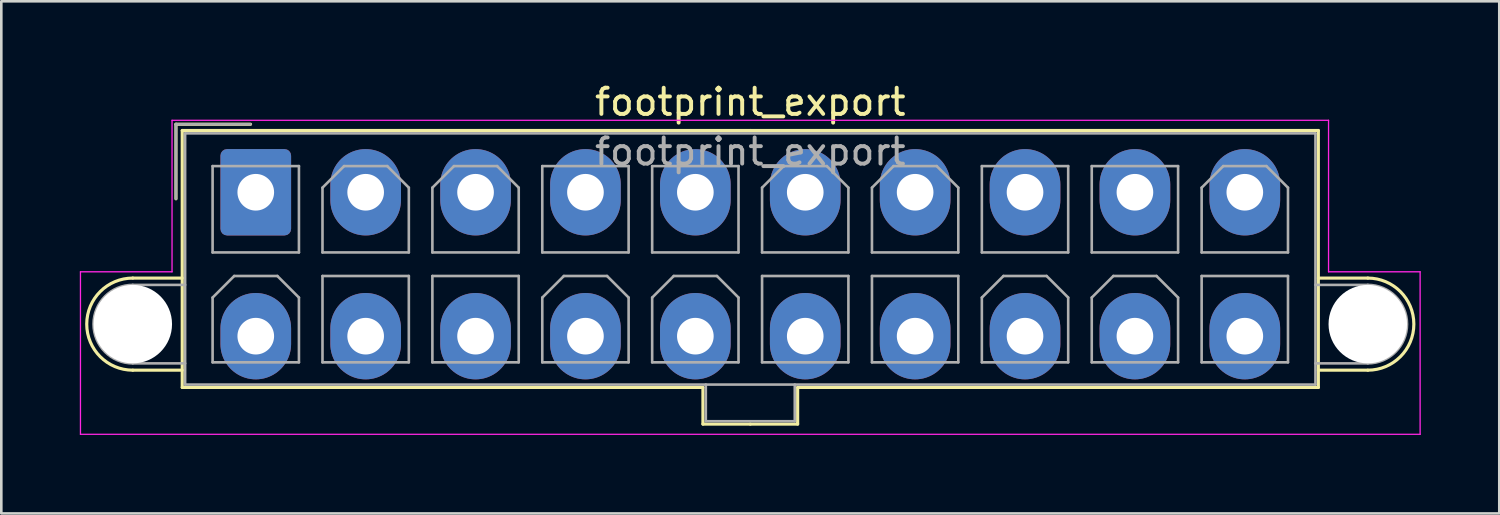
<source format=kicad_pcb>
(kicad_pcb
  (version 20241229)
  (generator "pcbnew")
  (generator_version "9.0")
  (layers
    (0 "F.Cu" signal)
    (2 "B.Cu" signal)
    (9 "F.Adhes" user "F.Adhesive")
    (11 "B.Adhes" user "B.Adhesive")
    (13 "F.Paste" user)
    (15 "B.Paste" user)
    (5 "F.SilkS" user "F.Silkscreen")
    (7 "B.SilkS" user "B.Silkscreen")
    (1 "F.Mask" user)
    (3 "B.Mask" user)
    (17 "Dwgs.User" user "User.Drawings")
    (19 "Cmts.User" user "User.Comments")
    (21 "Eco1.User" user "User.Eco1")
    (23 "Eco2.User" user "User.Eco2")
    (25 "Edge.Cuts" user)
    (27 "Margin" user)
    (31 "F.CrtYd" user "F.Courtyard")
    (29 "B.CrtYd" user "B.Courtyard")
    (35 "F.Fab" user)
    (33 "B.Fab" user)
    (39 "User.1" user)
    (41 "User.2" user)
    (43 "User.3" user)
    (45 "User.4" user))
  (footprint "footprint_export"
    (layer "F.Cu")
    (at 6.725 4.298)
    (property "Reference" "footprint_export" (at 18.9 -3.45 0) (layer "F.SilkS") (effects (font (size 1 1) (thickness 0.15))))
    (attr through_hole)
    (fp_line (start -4.7 3.28) (end -2.81 3.28) (stroke (width 0.12) (type solid)) (layer "F.SilkS"))
    (fp_line (start -4.7 6.8) (end -2.81 6.8) (stroke (width 0.12) (type solid)) (layer "F.SilkS"))
    (fp_line (start -3.05 -2.6) (end -3.05 0.25) (stroke (width 0.12) (type solid)) (layer "F.SilkS"))
    (fp_line (start -2.81 -2.36) (end -2.81 7.46) (stroke (width 0.12) (type solid)) (layer "F.SilkS"))
    (fp_line (start -2.81 7.46) (end 17.09 7.46) (stroke (width 0.12) (type solid)) (layer "F.SilkS"))
    (fp_line (start -0.2 -2.6) (end -3.05 -2.6) (stroke (width 0.12) (type solid)) (layer "F.SilkS"))
    (fp_line (start 17.09 7.46) (end 17.09 8.86) (stroke (width 0.12) (type solid)) (layer "F.SilkS"))
    (fp_line (start 17.09 8.86) (end 18.9 8.86) (stroke (width 0.12) (type solid)) (layer "F.SilkS"))
    (fp_line (start 18.9 -2.36) (end -2.81 -2.36) (stroke (width 0.12) (type solid)) (layer "F.SilkS"))
    (fp_line (start 18.9 -2.36) (end 40.61 -2.36) (stroke (width 0.12) (type solid)) (layer "F.SilkS"))
    (fp_line (start 20.71 7.46) (end 20.71 8.86) (stroke (width 0.12) (type solid)) (layer "F.SilkS"))
    (fp_line (start 20.71 8.86) (end 18.9 8.86) (stroke (width 0.12) (type solid)) (layer "F.SilkS"))
    (fp_line (start 40.61 -2.36) (end 40.61 7.46) (stroke (width 0.12) (type solid)) (layer "F.SilkS"))
    (fp_line (start 40.61 7.46) (end 20.71 7.46) (stroke (width 0.12) (type solid)) (layer "F.SilkS"))
    (fp_line (start 42.5 3.28) (end 40.61 3.28) (stroke (width 0.12) (type solid)) (layer "F.SilkS"))
    (fp_line (start 42.5 6.8) (end 40.61 6.8) (stroke (width 0.12) (type solid)) (layer "F.SilkS"))
    (fp_arc (start -4.7 6.8) (mid -6.46 5.04) (end -4.7 3.28) (stroke (width 0.12) (type solid)) (layer "F.SilkS"))
    (fp_arc (start 42.5 3.28) (mid 44.26 5.04) (end 42.5 6.8) (stroke (width 0.12) (type solid)) (layer "F.SilkS"))
    (fp_line (start -6.7 3.04) (end -6.7 9.25) (stroke (width 0.05) (type solid)) (layer "F.CrtYd"))
    (fp_line (start -6.7 9.25) (end 44.5 9.25) (stroke (width 0.05) (type solid)) (layer "F.CrtYd"))
    (fp_line (start -3.2 -2.75) (end -3.2 3.04) (stroke (width 0.05) (type solid)) (layer "F.CrtYd"))
    (fp_line (start -3.2 3.04) (end -6.7 3.04) (stroke (width 0.05) (type solid)) (layer "F.CrtYd"))
    (fp_line (start 41 -2.75) (end -3.2 -2.75) (stroke (width 0.05) (type solid)) (layer "F.CrtYd"))
    (fp_line (start 41 3.04) (end 41 -2.75) (stroke (width 0.05) (type solid)) (layer "F.CrtYd"))
    (fp_line (start 44.5 3.04) (end 41 3.04) (stroke (width 0.05) (type solid)) (layer "F.CrtYd"))
    (fp_line (start 44.5 9.25) (end 44.5 3.04) (stroke (width 0.05) (type solid)) (layer "F.CrtYd"))
    (fp_line (start -4.7 3.54) (end -2.7 3.54) (stroke (width 0.1) (type solid)) (layer "F.Fab"))
    (fp_line (start -4.7 6.54) (end -2.7 6.54) (stroke (width 0.1) (type solid)) (layer "F.Fab"))
    (fp_line (start -3.05 -2.6) (end -3.05 0.25) (stroke (width 0.1) (type solid)) (layer "F.Fab"))
    (fp_line (start -2.7 -2.25) (end -2.7 7.35) (stroke (width 0.1) (type solid)) (layer "F.Fab"))
    (fp_line (start -2.7 7.35) (end 40.5 7.35) (stroke (width 0.1) (type solid)) (layer "F.Fab"))
    (fp_line (start -1.65 -1) (end -1.65 2.3) (stroke (width 0.1) (type solid)) (layer "F.Fab"))
    (fp_line (start -1.65 2.3) (end 1.65 2.3) (stroke (width 0.1) (type solid)) (layer "F.Fab"))
    (fp_line (start -1.65 4.025) (end -0.825 3.2) (stroke (width 0.1) (type solid)) (layer "F.Fab"))
    (fp_line (start -1.65 6.5) (end -1.65 4.025) (stroke (width 0.1) (type solid)) (layer "F.Fab"))
    (fp_line (start -0.825 3.2) (end 0.825 3.2) (stroke (width 0.1) (type solid)) (layer "F.Fab"))
    (fp_line (start -0.2 -2.6) (end -3.05 -2.6) (stroke (width 0.1) (type solid)) (layer "F.Fab"))
    (fp_line (start 0.825 3.2) (end 1.65 4.025) (stroke (width 0.1) (type solid)) (layer "F.Fab"))
    (fp_line (start 1.65 -1) (end -1.65 -1) (stroke (width 0.1) (type solid)) (layer "F.Fab"))
    (fp_line (start 1.65 2.3) (end 1.65 -1) (stroke (width 0.1) (type solid)) (layer "F.Fab"))
    (fp_line (start 1.65 4.025) (end 1.65 6.5) (stroke (width 0.1) (type solid)) (layer "F.Fab"))
    (fp_line (start 1.65 6.5) (end -1.65 6.5) (stroke (width 0.1) (type solid)) (layer "F.Fab"))
    (fp_line (start 2.55 -0.175) (end 3.375 -1) (stroke (width 0.1) (type solid)) (layer "F.Fab"))
    (fp_line (start 2.55 2.3) (end 2.55 -0.175) (stroke (width 0.1) (type solid)) (layer "F.Fab"))
    (fp_line (start 2.55 3.2) (end 2.55 6.5) (stroke (width 0.1) (type solid)) (layer "F.Fab"))
    (fp_line (start 2.55 6.5) (end 5.85 6.5) (stroke (width 0.1) (type solid)) (layer "F.Fab"))
    (fp_line (start 3.375 -1) (end 5.025 -1) (stroke (width 0.1) (type solid)) (layer "F.Fab"))
    (fp_line (start 5.025 -1) (end 5.85 -0.175) (stroke (width 0.1) (type solid)) (layer "F.Fab"))
    (fp_line (start 5.85 -0.175) (end 5.85 2.3) (stroke (width 0.1) (type solid)) (layer "F.Fab"))
    (fp_line (start 5.85 2.3) (end 2.55 2.3) (stroke (width 0.1) (type solid)) (layer "F.Fab"))
    (fp_line (start 5.85 3.2) (end 2.55 3.2) (stroke (width 0.1) (type solid)) (layer "F.Fab"))
    (fp_line (start 5.85 6.5) (end 5.85 3.2) (stroke (width 0.1) (type solid)) (layer "F.Fab"))
    (fp_line (start 6.75 -0.175) (end 7.575 -1) (stroke (width 0.1) (type solid)) (layer "F.Fab"))
    (fp_line (start 6.75 2.3) (end 6.75 -0.175) (stroke (width 0.1) (type solid)) (layer "F.Fab"))
    (fp_line (start 6.75 3.2) (end 6.75 6.5) (stroke (width 0.1) (type solid)) (layer "F.Fab"))
    (fp_line (start 6.75 6.5) (end 10.05 6.5) (stroke (width 0.1) (type solid)) (layer "F.Fab"))
    (fp_line (start 7.575 -1) (end 9.225 -1) (stroke (width 0.1) (type solid)) (layer "F.Fab"))
    (fp_line (start 9.225 -1) (end 10.05 -0.175) (stroke (width 0.1) (type solid)) (layer "F.Fab"))
    (fp_line (start 10.05 -0.175) (end 10.05 2.3) (stroke (width 0.1) (type solid)) (layer "F.Fab"))
    (fp_line (start 10.05 2.3) (end 6.75 2.3) (stroke (width 0.1) (type solid)) (layer "F.Fab"))
    (fp_line (start 10.05 3.2) (end 6.75 3.2) (stroke (width 0.1) (type solid)) (layer "F.Fab"))
    (fp_line (start 10.05 6.5) (end 10.05 3.2) (stroke (width 0.1) (type solid)) (layer "F.Fab"))
    (fp_line (start 10.95 -1) (end 10.95 2.3) (stroke (width 0.1) (type solid)) (layer "F.Fab"))
    (fp_line (start 10.95 2.3) (end 14.25 2.3) (stroke (width 0.1) (type solid)) (layer "F.Fab"))
    (fp_line (start 10.95 4.025) (end 11.775 3.2) (stroke (width 0.1) (type solid)) (layer "F.Fab"))
    (fp_line (start 10.95 6.5) (end 10.95 4.025) (stroke (width 0.1) (type solid)) (layer "F.Fab"))
    (fp_line (start 11.775 3.2) (end 13.425 3.2) (stroke (width 0.1) (type solid)) (layer "F.Fab"))
    (fp_line (start 13.425 3.2) (end 14.25 4.025) (stroke (width 0.1) (type solid)) (layer "F.Fab"))
    (fp_line (start 14.25 -1) (end 10.95 -1) (stroke (width 0.1) (type solid)) (layer "F.Fab"))
    (fp_line (start 14.25 2.3) (end 14.25 -1) (stroke (width 0.1) (type solid)) (layer "F.Fab"))
    (fp_line (start 14.25 4.025) (end 14.25 6.5) (stroke (width 0.1) (type solid)) (layer "F.Fab"))
    (fp_line (start 14.25 6.5) (end 10.95 6.5) (stroke (width 0.1) (type solid)) (layer "F.Fab"))
    (fp_line (start 15.15 -1) (end 15.15 2.3) (stroke (width 0.1) (type solid)) (layer "F.Fab"))
    (fp_line (start 15.15 2.3) (end 18.45 2.3) (stroke (width 0.1) (type solid)) (layer "F.Fab"))
    (fp_line (start 15.15 4.025) (end 15.975 3.2) (stroke (width 0.1) (type solid)) (layer "F.Fab"))
    (fp_line (start 15.15 6.5) (end 15.15 4.025) (stroke (width 0.1) (type solid)) (layer "F.Fab"))
    (fp_line (start 15.975 3.2) (end 17.625 3.2) (stroke (width 0.1) (type solid)) (layer "F.Fab"))
    (fp_line (start 17.2 7.35) (end 17.2 8.75) (stroke (width 0.1) (type solid)) (layer "F.Fab"))
    (fp_line (start 17.2 8.75) (end 20.6 8.75) (stroke (width 0.1) (type solid)) (layer "F.Fab"))
    (fp_line (start 17.625 3.2) (end 18.45 4.025) (stroke (width 0.1) (type solid)) (layer "F.Fab"))
    (fp_line (start 18.45 -1) (end 15.15 -1) (stroke (width 0.1) (type solid)) (layer "F.Fab"))
    (fp_line (start 18.45 2.3) (end 18.45 -1) (stroke (width 0.1) (type solid)) (layer "F.Fab"))
    (fp_line (start 18.45 4.025) (end 18.45 6.5) (stroke (width 0.1) (type solid)) (layer "F.Fab"))
    (fp_line (start 18.45 6.5) (end 15.15 6.5) (stroke (width 0.1) (type solid)) (layer "F.Fab"))
    (fp_line (start 19.35 -0.175) (end 20.175 -1) (stroke (width 0.1) (type solid)) (layer "F.Fab"))
    (fp_line (start 19.35 2.3) (end 19.35 -0.175) (stroke (width 0.1) (type solid)) (layer "F.Fab"))
    (fp_line (start 19.35 3.2) (end 19.35 6.5) (stroke (width 0.1) (type solid)) (layer "F.Fab"))
    (fp_line (start 19.35 6.5) (end 22.65 6.5) (stroke (width 0.1) (type solid)) (layer "F.Fab"))
    (fp_line (start 20.175 -1) (end 21.825 -1) (stroke (width 0.1) (type solid)) (layer "F.Fab"))
    (fp_line (start 20.6 8.75) (end 20.6 7.35) (stroke (width 0.1) (type solid)) (layer "F.Fab"))
    (fp_line (start 21.825 -1) (end 22.65 -0.175) (stroke (width 0.1) (type solid)) (layer "F.Fab"))
    (fp_line (start 22.65 -0.175) (end 22.65 2.3) (stroke (width 0.1) (type solid)) (layer "F.Fab"))
    (fp_line (start 22.65 2.3) (end 19.35 2.3) (stroke (width 0.1) (type solid)) (layer "F.Fab"))
    (fp_line (start 22.65 3.2) (end 19.35 3.2) (stroke (width 0.1) (type solid)) (layer "F.Fab"))
    (fp_line (start 22.65 6.5) (end 22.65 3.2) (stroke (width 0.1) (type solid)) (layer "F.Fab"))
    (fp_line (start 23.55 -0.175) (end 24.375 -1) (stroke (width 0.1) (type solid)) (layer "F.Fab"))
    (fp_line (start 23.55 2.3) (end 23.55 -0.175) (stroke (width 0.1) (type solid)) (layer "F.Fab"))
    (fp_line (start 23.55 3.2) (end 23.55 6.5) (stroke (width 0.1) (type solid)) (layer "F.Fab"))
    (fp_line (start 23.55 6.5) (end 26.85 6.5) (stroke (width 0.1) (type solid)) (layer "F.Fab"))
    (fp_line (start 24.375 -1) (end 26.025 -1) (stroke (width 0.1) (type solid)) (layer "F.Fab"))
    (fp_line (start 26.025 -1) (end 26.85 -0.175) (stroke (width 0.1) (type solid)) (layer "F.Fab"))
    (fp_line (start 26.85 -0.175) (end 26.85 2.3) (stroke (width 0.1) (type solid)) (layer "F.Fab"))
    (fp_line (start 26.85 2.3) (end 23.55 2.3) (stroke (width 0.1) (type solid)) (layer "F.Fab"))
    (fp_line (start 26.85 3.2) (end 23.55 3.2) (stroke (width 0.1) (type solid)) (layer "F.Fab"))
    (fp_line (start 26.85 6.5) (end 26.85 3.2) (stroke (width 0.1) (type solid)) (layer "F.Fab"))
    (fp_line (start 27.75 -1) (end 27.75 2.3) (stroke (width 0.1) (type solid)) (layer "F.Fab"))
    (fp_line (start 27.75 2.3) (end 31.05 2.3) (stroke (width 0.1) (type solid)) (layer "F.Fab"))
    (fp_line (start 27.75 4.025) (end 28.575 3.2) (stroke (width 0.1) (type solid)) (layer "F.Fab"))
    (fp_line (start 27.75 6.5) (end 27.75 4.025) (stroke (width 0.1) (type solid)) (layer "F.Fab"))
    (fp_line (start 28.575 3.2) (end 30.225 3.2) (stroke (width 0.1) (type solid)) (layer "F.Fab"))
    (fp_line (start 30.225 3.2) (end 31.05 4.025) (stroke (width 0.1) (type solid)) (layer "F.Fab"))
    (fp_line (start 31.05 -1) (end 27.75 -1) (stroke (width 0.1) (type solid)) (layer "F.Fab"))
    (fp_line (start 31.05 2.3) (end 31.05 -1) (stroke (width 0.1) (type solid)) (layer "F.Fab"))
    (fp_line (start 31.05 4.025) (end 31.05 6.5) (stroke (width 0.1) (type solid)) (layer "F.Fab"))
    (fp_line (start 31.05 6.5) (end 27.75 6.5) (stroke (width 0.1) (type solid)) (layer "F.Fab"))
    (fp_line (start 31.95 -1) (end 31.95 2.3) (stroke (width 0.1) (type solid)) (layer "F.Fab"))
    (fp_line (start 31.95 2.3) (end 35.25 2.3) (stroke (width 0.1) (type solid)) (layer "F.Fab"))
    (fp_line (start 31.95 4.025) (end 32.775 3.2) (stroke (width 0.1) (type solid)) (layer "F.Fab"))
    (fp_line (start 31.95 6.5) (end 31.95 4.025) (stroke (width 0.1) (type solid)) (layer "F.Fab"))
    (fp_line (start 32.775 3.2) (end 34.425 3.2) (stroke (width 0.1) (type solid)) (layer "F.Fab"))
    (fp_line (start 34.425 3.2) (end 35.25 4.025) (stroke (width 0.1) (type solid)) (layer "F.Fab"))
    (fp_line (start 35.25 -1) (end 31.95 -1) (stroke (width 0.1) (type solid)) (layer "F.Fab"))
    (fp_line (start 35.25 2.3) (end 35.25 -1) (stroke (width 0.1) (type solid)) (layer "F.Fab"))
    (fp_line (start 35.25 4.025) (end 35.25 6.5) (stroke (width 0.1) (type solid)) (layer "F.Fab"))
    (fp_line (start 35.25 6.5) (end 31.95 6.5) (stroke (width 0.1) (type solid)) (layer "F.Fab"))
    (fp_line (start 36.15 -0.175) (end 36.975 -1) (stroke (width 0.1) (type solid)) (layer "F.Fab"))
    (fp_line (start 36.15 2.3) (end 36.15 -0.175) (stroke (width 0.1) (type solid)) (layer "F.Fab"))
    (fp_line (start 36.15 3.2) (end 36.15 6.5) (stroke (width 0.1) (type solid)) (layer "F.Fab"))
    (fp_line (start 36.15 6.5) (end 39.45 6.5) (stroke (width 0.1) (type solid)) (layer "F.Fab"))
    (fp_line (start 36.975 -1) (end 38.625 -1) (stroke (width 0.1) (type solid)) (layer "F.Fab"))
    (fp_line (start 38.625 -1) (end 39.45 -0.175) (stroke (width 0.1) (type solid)) (layer "F.Fab"))
    (fp_line (start 39.45 -0.175) (end 39.45 2.3) (stroke (width 0.1) (type solid)) (layer "F.Fab"))
    (fp_line (start 39.45 2.3) (end 36.15 2.3) (stroke (width 0.1) (type solid)) (layer "F.Fab"))
    (fp_line (start 39.45 3.2) (end 36.15 3.2) (stroke (width 0.1) (type solid)) (layer "F.Fab"))
    (fp_line (start 39.45 6.5) (end 39.45 3.2) (stroke (width 0.1) (type solid)) (layer "F.Fab"))
    (fp_line (start 40.5 -2.25) (end -2.7 -2.25) (stroke (width 0.1) (type solid)) (layer "F.Fab"))
    (fp_line (start 40.5 7.35) (end 40.5 -2.25) (stroke (width 0.1) (type solid)) (layer "F.Fab"))
    (fp_line (start 42.5 3.54) (end 40.5 3.54) (stroke (width 0.1) (type solid)) (layer "F.Fab"))
    (fp_line (start 42.5 6.54) (end 40.5 6.54) (stroke (width 0.1) (type solid)) (layer "F.Fab"))
    (fp_arc (start -4.7 6.54) (mid -6.2 5.04) (end -4.7 3.54) (stroke (width 0.1) (type solid)) (layer "F.Fab"))
    (fp_arc (start 42.5 3.54) (mid 44 5.04) (end 42.5 6.54) (stroke (width 0.1) (type solid)) (layer "F.Fab"))
    (fp_text user "${REFERENCE}" (at 18.9 -1.55 0) (layer "F.Fab") (effects (font (size 1 1) (thickness 0.15))))
    (pad "" np_thru_hole circle (at -4.7 5.04) (size 3 3) (drill 3) (layers "*.Cu" "*.Mask"))
    (pad "" np_thru_hole circle (at 42.5 5.04) (size 3 3) (drill 3) (layers "*.Cu" "*.Mask"))
    (pad "1" thru_hole roundrect (at 0 0) (size 2.7 3.3) (drill 1.4) (layers "*.Cu" "*.Mask") (roundrect_rratio 0.093))
    (pad "2" thru_hole oval (at 4.2 0) (size 2.7 3.3) (drill 1.4) (layers "*.Cu" "*.Mask"))
    (pad "3" thru_hole oval (at 8.4 0) (size 2.7 3.3) (drill 1.4) (layers "*.Cu" "*.Mask"))
    (pad "4" thru_hole oval (at 12.6 0) (size 2.7 3.3) (drill 1.4) (layers "*.Cu" "*.Mask"))
    (pad "5" thru_hole oval (at 16.8 0) (size 2.7 3.3) (drill 1.4) (layers "*.Cu" "*.Mask"))
    (pad "6" thru_hole oval (at 21 0) (size 2.7 3.3) (drill 1.4) (layers "*.Cu" "*.Mask"))
    (pad "7" thru_hole oval (at 25.2 0) (size 2.7 3.3) (drill 1.4) (layers "*.Cu" "*.Mask"))
    (pad "8" thru_hole oval (at 29.4 0) (size 2.7 3.3) (drill 1.4) (layers "*.Cu" "*.Mask"))
    (pad "9" thru_hole oval (at 33.6 0) (size 2.7 3.3) (drill 1.4) (layers "*.Cu" "*.Mask"))
    (pad "10" thru_hole oval (at 37.8 0) (size 2.7 3.3) (drill 1.4) (layers "*.Cu" "*.Mask"))
    (pad "11" thru_hole oval (at 0 5.5) (size 2.7 3.3) (drill 1.4) (layers "*.Cu" "*.Mask"))
    (pad "12" thru_hole oval (at 4.2 5.5) (size 2.7 3.3) (drill 1.4) (layers "*.Cu" "*.Mask"))
    (pad "13" thru_hole oval (at 8.4 5.5) (size 2.7 3.3) (drill 1.4) (layers "*.Cu" "*.Mask"))
    (pad "14" thru_hole oval (at 12.6 5.5) (size 2.7 3.3) (drill 1.4) (layers "*.Cu" "*.Mask"))
    (pad "15" thru_hole oval (at 16.8 5.5) (size 2.7 3.3) (drill 1.4) (layers "*.Cu" "*.Mask"))
    (pad "16" thru_hole oval (at 21 5.5) (size 2.7 3.3) (drill 1.4) (layers "*.Cu" "*.Mask"))
    (pad "17" thru_hole oval (at 25.2 5.5) (size 2.7 3.3) (drill 1.4) (layers "*.Cu" "*.Mask"))
    (pad "18" thru_hole oval (at 29.4 5.5) (size 2.7 3.3) (drill 1.4) (layers "*.Cu" "*.Mask"))
    (pad "19" thru_hole oval (at 33.6 5.5) (size 2.7 3.3) (drill 1.4) (layers "*.Cu" "*.Mask"))
    (pad "20" thru_hole oval (at 37.8 5.5) (size 2.7 3.3) (drill 1.4) (layers "*.Cu" "*.Mask")))
  (gr_rect
    (start -3 -3)
    (end 54.25 16.573)
    (stroke (width 0.1) (type default))
    (fill no)
    (layer "Edge.Cuts")))
</source>
